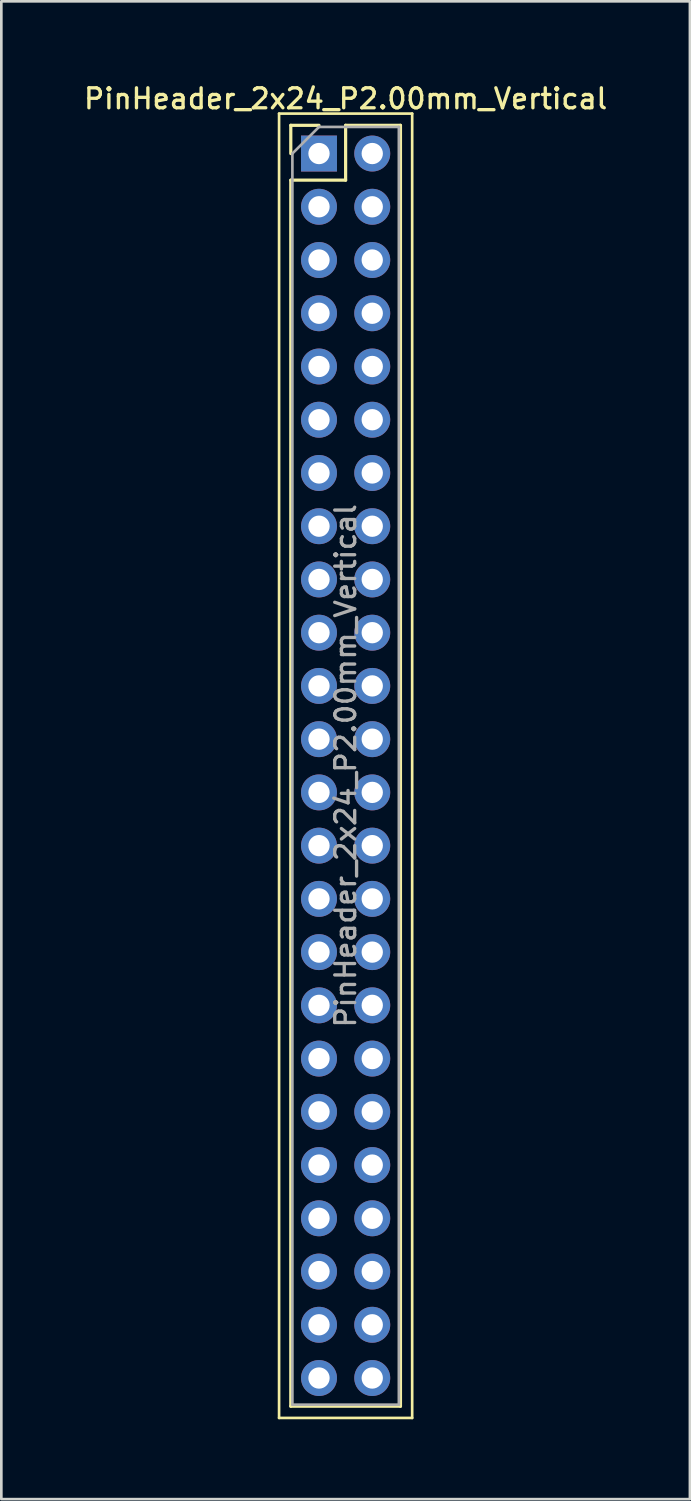
<source format=kicad_pcb>
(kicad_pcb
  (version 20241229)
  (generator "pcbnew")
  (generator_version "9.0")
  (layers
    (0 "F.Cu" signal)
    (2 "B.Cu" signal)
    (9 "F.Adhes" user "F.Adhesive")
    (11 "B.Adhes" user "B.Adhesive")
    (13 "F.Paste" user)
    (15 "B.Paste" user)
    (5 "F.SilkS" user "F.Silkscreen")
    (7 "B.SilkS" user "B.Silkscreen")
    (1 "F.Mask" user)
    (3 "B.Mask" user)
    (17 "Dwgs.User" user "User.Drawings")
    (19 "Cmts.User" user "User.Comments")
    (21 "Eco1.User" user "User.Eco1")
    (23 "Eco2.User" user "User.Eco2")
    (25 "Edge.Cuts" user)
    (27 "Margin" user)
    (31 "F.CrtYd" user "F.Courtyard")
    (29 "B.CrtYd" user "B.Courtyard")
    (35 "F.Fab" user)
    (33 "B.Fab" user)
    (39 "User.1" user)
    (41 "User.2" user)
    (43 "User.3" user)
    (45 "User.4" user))
  (footprint "PinHeader_2x24_P2.00mm_Vertical"
    (layer "F.Cu")
    (at 8.934 2.718)
    (property "Reference" "PinHeader_2x24_P2.00mm_Vertical" (at 1 -2.06 0) (layer "F.SilkS") (effects (font (size 0.75 0.75) (thickness 0.125))))
    (attr through_hole)
    (fp_line (start -1.5 -1.5) (end -1.5 47.5) (stroke (width 0.1) (type solid)) (layer "F.SilkS"))
    (fp_line (start -1.5 47.5) (end 3.5 47.5) (stroke (width 0.1) (type solid)) (layer "F.SilkS"))
    (fp_line (start -1.06 -1.06) (end 0 -1.06) (stroke (width 0.12) (type solid)) (layer "F.SilkS"))
    (fp_line (start -1.06 0) (end -1.06 -1.06) (stroke (width 0.12) (type solid)) (layer "F.SilkS"))
    (fp_line (start -1.06 1) (end -1.06 47.06) (stroke (width 0.12) (type solid)) (layer "F.SilkS"))
    (fp_line (start -1.06 1) (end 1 1) (stroke (width 0.12) (type solid)) (layer "F.SilkS"))
    (fp_line (start -1.06 47.06) (end 3.06 47.06) (stroke (width 0.12) (type solid)) (layer "F.SilkS"))
    (fp_line (start 1 -1.06) (end 3.06 -1.06) (stroke (width 0.12) (type solid)) (layer "F.SilkS"))
    (fp_line (start 1 1) (end 1 -1.06) (stroke (width 0.12) (type solid)) (layer "F.SilkS"))
    (fp_line (start 3.06 -1.06) (end 3.06 47.06) (stroke (width 0.12) (type solid)) (layer "F.SilkS"))
    (fp_line (start 3.5 -1.5) (end -1.5 -1.5) (stroke (width 0.1) (type solid)) (layer "F.SilkS"))
    (fp_line (start 3.5 47.5) (end 3.5 -1.5) (stroke (width 0.1) (type solid)) (layer "F.SilkS"))
    (fp_line (start -1 0) (end 0 -1) (stroke (width 0.1) (type solid)) (layer "F.Fab"))
    (fp_line (start -1 47) (end -1 0) (stroke (width 0.1) (type solid)) (layer "F.Fab"))
    (fp_line (start 0 -1) (end 3 -1) (stroke (width 0.1) (type solid)) (layer "F.Fab"))
    (fp_line (start 3 -1) (end 3 47) (stroke (width 0.1) (type solid)) (layer "F.Fab"))
    (fp_line (start 3 47) (end -1 47) (stroke (width 0.1) (type solid)) (layer "F.Fab"))
    (fp_text user "${REFERENCE}" (at 1 23 90) (layer "F.Fab") (effects (font (size 0.75 0.75) (thickness 0.125))))
    (pad "1" thru_hole rect (at 0 0) (size 1.35 1.35) (drill 0.8) (layers "*.Cu" "*.Mask"))
    (pad "2" thru_hole oval (at 2 0) (size 1.35 1.35) (drill 0.8) (layers "*.Cu" "*.Mask"))
    (pad "3" thru_hole oval (at 0 2) (size 1.35 1.35) (drill 0.8) (layers "*.Cu" "*.Mask"))
    (pad "4" thru_hole oval (at 2 2) (size 1.35 1.35) (drill 0.8) (layers "*.Cu" "*.Mask"))
    (pad "5" thru_hole oval (at 0 4) (size 1.35 1.35) (drill 0.8) (layers "*.Cu" "*.Mask"))
    (pad "6" thru_hole oval (at 2 4) (size 1.35 1.35) (drill 0.8) (layers "*.Cu" "*.Mask"))
    (pad "7" thru_hole oval (at 0 6) (size 1.35 1.35) (drill 0.8) (layers "*.Cu" "*.Mask"))
    (pad "8" thru_hole oval (at 2 6) (size 1.35 1.35) (drill 0.8) (layers "*.Cu" "*.Mask"))
    (pad "9" thru_hole oval (at 0 8) (size 1.35 1.35) (drill 0.8) (layers "*.Cu" "*.Mask"))
    (pad "10" thru_hole oval (at 2 8) (size 1.35 1.35) (drill 0.8) (layers "*.Cu" "*.Mask"))
    (pad "11" thru_hole oval (at 0 10) (size 1.35 1.35) (drill 0.8) (layers "*.Cu" "*.Mask"))
    (pad "12" thru_hole oval (at 2 10) (size 1.35 1.35) (drill 0.8) (layers "*.Cu" "*.Mask"))
    (pad "13" thru_hole oval (at 0 12) (size 1.35 1.35) (drill 0.8) (layers "*.Cu" "*.Mask"))
    (pad "14" thru_hole oval (at 2 12) (size 1.35 1.35) (drill 0.8) (layers "*.Cu" "*.Mask"))
    (pad "15" thru_hole oval (at 0 14) (size 1.35 1.35) (drill 0.8) (layers "*.Cu" "*.Mask"))
    (pad "16" thru_hole oval (at 2 14) (size 1.35 1.35) (drill 0.8) (layers "*.Cu" "*.Mask"))
    (pad "17" thru_hole oval (at 0 16) (size 1.35 1.35) (drill 0.8) (layers "*.Cu" "*.Mask"))
    (pad "18" thru_hole oval (at 2 16) (size 1.35 1.35) (drill 0.8) (layers "*.Cu" "*.Mask"))
    (pad "19" thru_hole oval (at 0 18) (size 1.35 1.35) (drill 0.8) (layers "*.Cu" "*.Mask"))
    (pad "20" thru_hole oval (at 2 18) (size 1.35 1.35) (drill 0.8) (layers "*.Cu" "*.Mask"))
    (pad "21" thru_hole oval (at 0 20) (size 1.35 1.35) (drill 0.8) (layers "*.Cu" "*.Mask"))
    (pad "22" thru_hole oval (at 2 20) (size 1.35 1.35) (drill 0.8) (layers "*.Cu" "*.Mask"))
    (pad "23" thru_hole oval (at 0 22) (size 1.35 1.35) (drill 0.8) (layers "*.Cu" "*.Mask"))
    (pad "24" thru_hole oval (at 2 22) (size 1.35 1.35) (drill 0.8) (layers "*.Cu" "*.Mask"))
    (pad "25" thru_hole oval (at 0 24) (size 1.35 1.35) (drill 0.8) (layers "*.Cu" "*.Mask"))
    (pad "26" thru_hole oval (at 2 24) (size 1.35 1.35) (drill 0.8) (layers "*.Cu" "*.Mask"))
    (pad "27" thru_hole oval (at 0 26) (size 1.35 1.35) (drill 0.8) (layers "*.Cu" "*.Mask"))
    (pad "28" thru_hole oval (at 2 26) (size 1.35 1.35) (drill 0.8) (layers "*.Cu" "*.Mask"))
    (pad "29" thru_hole oval (at 0 28) (size 1.35 1.35) (drill 0.8) (layers "*.Cu" "*.Mask"))
    (pad "30" thru_hole oval (at 2 28) (size 1.35 1.35) (drill 0.8) (layers "*.Cu" "*.Mask"))
    (pad "31" thru_hole oval (at 0 30) (size 1.35 1.35) (drill 0.8) (layers "*.Cu" "*.Mask"))
    (pad "32" thru_hole oval (at 2 30) (size 1.35 1.35) (drill 0.8) (layers "*.Cu" "*.Mask"))
    (pad "33" thru_hole oval (at 0 32) (size 1.35 1.35) (drill 0.8) (layers "*.Cu" "*.Mask"))
    (pad "34" thru_hole oval (at 2 32) (size 1.35 1.35) (drill 0.8) (layers "*.Cu" "*.Mask"))
    (pad "35" thru_hole oval (at 0 34) (size 1.35 1.35) (drill 0.8) (layers "*.Cu" "*.Mask"))
    (pad "36" thru_hole oval (at 2 34) (size 1.35 1.35) (drill 0.8) (layers "*.Cu" "*.Mask"))
    (pad "37" thru_hole oval (at 0 36) (size 1.35 1.35) (drill 0.8) (layers "*.Cu" "*.Mask"))
    (pad "38" thru_hole oval (at 2 36) (size 1.35 1.35) (drill 0.8) (layers "*.Cu" "*.Mask"))
    (pad "39" thru_hole oval (at 0 38) (size 1.35 1.35) (drill 0.8) (layers "*.Cu" "*.Mask"))
    (pad "40" thru_hole oval (at 2 38) (size 1.35 1.35) (drill 0.8) (layers "*.Cu" "*.Mask"))
    (pad "41" thru_hole oval (at 0 40) (size 1.35 1.35) (drill 0.8) (layers "*.Cu" "*.Mask"))
    (pad "42" thru_hole oval (at 2 40) (size 1.35 1.35) (drill 0.8) (layers "*.Cu" "*.Mask"))
    (pad "43" thru_hole oval (at 0 42) (size 1.35 1.35) (drill 0.8) (layers "*.Cu" "*.Mask"))
    (pad "44" thru_hole oval (at 2 42) (size 1.35 1.35) (drill 0.8) (layers "*.Cu" "*.Mask"))
    (pad "45" thru_hole oval (at 0 44) (size 1.35 1.35) (drill 0.8) (layers "*.Cu" "*.Mask"))
    (pad "46" thru_hole oval (at 2 44) (size 1.35 1.35) (drill 0.8) (layers "*.Cu" "*.Mask"))
    (pad "47" thru_hole oval (at 0 46) (size 1.35 1.35) (drill 0.8) (layers "*.Cu" "*.Mask"))
    (pad "48" thru_hole oval (at 2 46) (size 1.35 1.35) (drill 0.8) (layers "*.Cu" "*.Mask")))
  (gr_rect
    (start -3 -3)
    (end 22.868 53.268)
    (stroke (width 0.1) (type default))
    (fill no)
    (layer "Edge.Cuts")))
</source>
